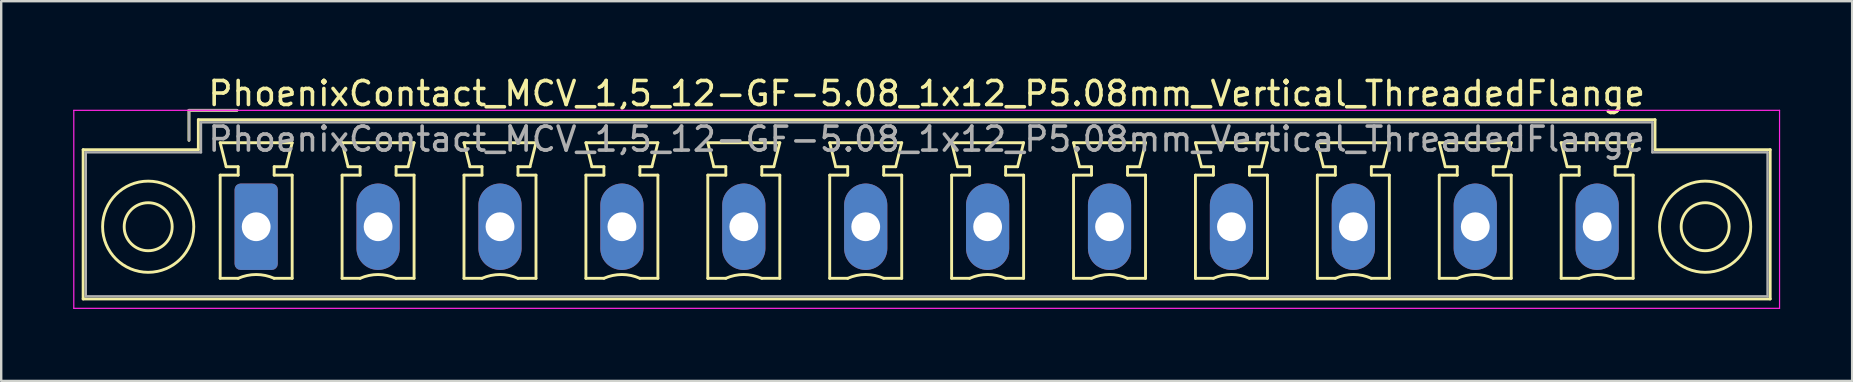
<source format=kicad_pcb>
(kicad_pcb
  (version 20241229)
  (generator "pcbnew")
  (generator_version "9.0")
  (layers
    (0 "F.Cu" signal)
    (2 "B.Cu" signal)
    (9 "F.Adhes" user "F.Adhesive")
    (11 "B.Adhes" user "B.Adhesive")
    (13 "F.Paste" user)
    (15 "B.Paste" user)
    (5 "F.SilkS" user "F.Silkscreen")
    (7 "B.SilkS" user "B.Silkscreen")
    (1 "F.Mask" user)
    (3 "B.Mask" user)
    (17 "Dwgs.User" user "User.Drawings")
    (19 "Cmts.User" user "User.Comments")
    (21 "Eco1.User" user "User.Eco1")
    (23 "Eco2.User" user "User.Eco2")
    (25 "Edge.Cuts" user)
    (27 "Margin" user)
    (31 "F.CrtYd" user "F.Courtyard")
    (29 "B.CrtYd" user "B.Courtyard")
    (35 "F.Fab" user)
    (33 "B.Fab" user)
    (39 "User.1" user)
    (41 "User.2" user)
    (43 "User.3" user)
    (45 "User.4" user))
  (footprint "PhoenixContact_MCV_1,5_12-GF-5.08_1x12_P5.08mm_Vertical_ThreadedFlange"
    (layer "F.Cu")
    (at 7.625 6.398)
    (property "Reference" "PhoenixContact_MCV_1,5_12-GF-5.08_1x12_P5.08mm_Vertical_ThreadedFlange" (at 27.94 -5.55 0) (layer "F.SilkS") (effects (font (size 1 1) (thickness 0.15))))
    (attr through_hole)
    (fp_line (start -7.21 -3.21) (end -7.21 3.01) (stroke (width 0.12) (type solid)) (layer "F.SilkS"))
    (fp_line (start -7.21 3.01) (end 63.09 3.01) (stroke (width 0.12) (type solid)) (layer "F.SilkS"))
    (fp_line (start -2.8 -4.85) (end -0.8 -4.85) (stroke (width 0.12) (type solid)) (layer "F.SilkS"))
    (fp_line (start -2.8 -3.6) (end -2.8 -4.85) (stroke (width 0.12) (type solid)) (layer "F.SilkS"))
    (fp_line (start -2.41 -4.46) (end -2.41 -3.21) (stroke (width 0.12) (type solid)) (layer "F.SilkS"))
    (fp_line (start -2.41 -3.21) (end -7.21 -3.21) (stroke (width 0.12) (type solid)) (layer "F.SilkS"))
    (fp_line (start -1.5 -3.5) (end 1.5 -3.5) (stroke (width 0.12) (type solid)) (layer "F.SilkS"))
    (fp_line (start -1.5 -2.15) (end -0.75 -2.15) (stroke (width 0.12) (type solid)) (layer "F.SilkS"))
    (fp_line (start -1.5 2.15) (end -1.5 -2.15) (stroke (width 0.12) (type solid)) (layer "F.SilkS"))
    (fp_line (start -1.25 -2.5) (end -1.5 -3.5) (stroke (width 0.12) (type solid)) (layer "F.SilkS"))
    (fp_line (start -0.75 -2.5) (end -1.25 -2.5) (stroke (width 0.12) (type solid)) (layer "F.SilkS"))
    (fp_line (start -0.75 -2.15) (end -0.75 -2.5) (stroke (width 0.12) (type solid)) (layer "F.SilkS"))
    (fp_line (start -0.75 2.15) (end -1.5 2.15) (stroke (width 0.12) (type solid)) (layer "F.SilkS"))
    (fp_line (start 0.75 -2.5) (end 0.75 -2.15) (stroke (width 0.12) (type solid)) (layer "F.SilkS"))
    (fp_line (start 0.75 -2.15) (end 1.5 -2.15) (stroke (width 0.12) (type solid)) (layer "F.SilkS"))
    (fp_line (start 1.25 -2.5) (end 0.75 -2.5) (stroke (width 0.12) (type solid)) (layer "F.SilkS"))
    (fp_line (start 1.5 -3.5) (end 1.25 -2.5) (stroke (width 0.12) (type solid)) (layer "F.SilkS"))
    (fp_line (start 1.5 -2.15) (end 1.5 2.15) (stroke (width 0.12) (type solid)) (layer "F.SilkS"))
    (fp_line (start 1.5 2.15) (end 0.75 2.15) (stroke (width 0.12) (type solid)) (layer "F.SilkS"))
    (fp_line (start 3.58 -3.5) (end 6.58 -3.5) (stroke (width 0.12) (type solid)) (layer "F.SilkS"))
    (fp_line (start 3.58 -2.15) (end 4.33 -2.15) (stroke (width 0.12) (type solid)) (layer "F.SilkS"))
    (fp_line (start 3.58 2.15) (end 3.58 -2.15) (stroke (width 0.12) (type solid)) (layer "F.SilkS"))
    (fp_line (start 3.83 -2.5) (end 3.58 -3.5) (stroke (width 0.12) (type solid)) (layer "F.SilkS"))
    (fp_line (start 4.33 -2.5) (end 3.83 -2.5) (stroke (width 0.12) (type solid)) (layer "F.SilkS"))
    (fp_line (start 4.33 -2.15) (end 4.33 -2.5) (stroke (width 0.12) (type solid)) (layer "F.SilkS"))
    (fp_line (start 4.33 2.15) (end 3.58 2.15) (stroke (width 0.12) (type solid)) (layer "F.SilkS"))
    (fp_line (start 5.83 -2.5) (end 5.83 -2.15) (stroke (width 0.12) (type solid)) (layer "F.SilkS"))
    (fp_line (start 5.83 -2.15) (end 6.58 -2.15) (stroke (width 0.12) (type solid)) (layer "F.SilkS"))
    (fp_line (start 6.33 -2.5) (end 5.83 -2.5) (stroke (width 0.12) (type solid)) (layer "F.SilkS"))
    (fp_line (start 6.58 -3.5) (end 6.33 -2.5) (stroke (width 0.12) (type solid)) (layer "F.SilkS"))
    (fp_line (start 6.58 -2.15) (end 6.58 2.15) (stroke (width 0.12) (type solid)) (layer "F.SilkS"))
    (fp_line (start 6.58 2.15) (end 5.83 2.15) (stroke (width 0.12) (type solid)) (layer "F.SilkS"))
    (fp_line (start 8.66 -3.5) (end 11.66 -3.5) (stroke (width 0.12) (type solid)) (layer "F.SilkS"))
    (fp_line (start 8.66 -2.15) (end 9.41 -2.15) (stroke (width 0.12) (type solid)) (layer "F.SilkS"))
    (fp_line (start 8.66 2.15) (end 8.66 -2.15) (stroke (width 0.12) (type solid)) (layer "F.SilkS"))
    (fp_line (start 8.91 -2.5) (end 8.66 -3.5) (stroke (width 0.12) (type solid)) (layer "F.SilkS"))
    (fp_line (start 9.41 -2.5) (end 8.91 -2.5) (stroke (width 0.12) (type solid)) (layer "F.SilkS"))
    (fp_line (start 9.41 -2.15) (end 9.41 -2.5) (stroke (width 0.12) (type solid)) (layer "F.SilkS"))
    (fp_line (start 9.41 2.15) (end 8.66 2.15) (stroke (width 0.12) (type solid)) (layer "F.SilkS"))
    (fp_line (start 10.91 -2.5) (end 10.91 -2.15) (stroke (width 0.12) (type solid)) (layer "F.SilkS"))
    (fp_line (start 10.91 -2.15) (end 11.66 -2.15) (stroke (width 0.12) (type solid)) (layer "F.SilkS"))
    (fp_line (start 11.41 -2.5) (end 10.91 -2.5) (stroke (width 0.12) (type solid)) (layer "F.SilkS"))
    (fp_line (start 11.66 -3.5) (end 11.41 -2.5) (stroke (width 0.12) (type solid)) (layer "F.SilkS"))
    (fp_line (start 11.66 -2.15) (end 11.66 2.15) (stroke (width 0.12) (type solid)) (layer "F.SilkS"))
    (fp_line (start 11.66 2.15) (end 10.91 2.15) (stroke (width 0.12) (type solid)) (layer "F.SilkS"))
    (fp_line (start 13.74 -3.5) (end 16.74 -3.5) (stroke (width 0.12) (type solid)) (layer "F.SilkS"))
    (fp_line (start 13.74 -2.15) (end 14.49 -2.15) (stroke (width 0.12) (type solid)) (layer "F.SilkS"))
    (fp_line (start 13.74 2.15) (end 13.74 -2.15) (stroke (width 0.12) (type solid)) (layer "F.SilkS"))
    (fp_line (start 13.99 -2.5) (end 13.74 -3.5) (stroke (width 0.12) (type solid)) (layer "F.SilkS"))
    (fp_line (start 14.49 -2.5) (end 13.99 -2.5) (stroke (width 0.12) (type solid)) (layer "F.SilkS"))
    (fp_line (start 14.49 -2.15) (end 14.49 -2.5) (stroke (width 0.12) (type solid)) (layer "F.SilkS"))
    (fp_line (start 14.49 2.15) (end 13.74 2.15) (stroke (width 0.12) (type solid)) (layer "F.SilkS"))
    (fp_line (start 15.99 -2.5) (end 15.99 -2.15) (stroke (width 0.12) (type solid)) (layer "F.SilkS"))
    (fp_line (start 15.99 -2.15) (end 16.74 -2.15) (stroke (width 0.12) (type solid)) (layer "F.SilkS"))
    (fp_line (start 16.49 -2.5) (end 15.99 -2.5) (stroke (width 0.12) (type solid)) (layer "F.SilkS"))
    (fp_line (start 16.74 -3.5) (end 16.49 -2.5) (stroke (width 0.12) (type solid)) (layer "F.SilkS"))
    (fp_line (start 16.74 -2.15) (end 16.74 2.15) (stroke (width 0.12) (type solid)) (layer "F.SilkS"))
    (fp_line (start 16.74 2.15) (end 15.99 2.15) (stroke (width 0.12) (type solid)) (layer "F.SilkS"))
    (fp_line (start 18.82 -3.5) (end 21.82 -3.5) (stroke (width 0.12) (type solid)) (layer "F.SilkS"))
    (fp_line (start 18.82 -2.15) (end 19.57 -2.15) (stroke (width 0.12) (type solid)) (layer "F.SilkS"))
    (fp_line (start 18.82 2.15) (end 18.82 -2.15) (stroke (width 0.12) (type solid)) (layer "F.SilkS"))
    (fp_line (start 19.07 -2.5) (end 18.82 -3.5) (stroke (width 0.12) (type solid)) (layer "F.SilkS"))
    (fp_line (start 19.57 -2.5) (end 19.07 -2.5) (stroke (width 0.12) (type solid)) (layer "F.SilkS"))
    (fp_line (start 19.57 -2.15) (end 19.57 -2.5) (stroke (width 0.12) (type solid)) (layer "F.SilkS"))
    (fp_line (start 19.57 2.15) (end 18.82 2.15) (stroke (width 0.12) (type solid)) (layer "F.SilkS"))
    (fp_line (start 21.07 -2.5) (end 21.07 -2.15) (stroke (width 0.12) (type solid)) (layer "F.SilkS"))
    (fp_line (start 21.07 -2.15) (end 21.82 -2.15) (stroke (width 0.12) (type solid)) (layer "F.SilkS"))
    (fp_line (start 21.57 -2.5) (end 21.07 -2.5) (stroke (width 0.12) (type solid)) (layer "F.SilkS"))
    (fp_line (start 21.82 -3.5) (end 21.57 -2.5) (stroke (width 0.12) (type solid)) (layer "F.SilkS"))
    (fp_line (start 21.82 -2.15) (end 21.82 2.15) (stroke (width 0.12) (type solid)) (layer "F.SilkS"))
    (fp_line (start 21.82 2.15) (end 21.07 2.15) (stroke (width 0.12) (type solid)) (layer "F.SilkS"))
    (fp_line (start 23.9 -3.5) (end 26.9 -3.5) (stroke (width 0.12) (type solid)) (layer "F.SilkS"))
    (fp_line (start 23.9 -2.15) (end 24.65 -2.15) (stroke (width 0.12) (type solid)) (layer "F.SilkS"))
    (fp_line (start 23.9 2.15) (end 23.9 -2.15) (stroke (width 0.12) (type solid)) (layer "F.SilkS"))
    (fp_line (start 24.15 -2.5) (end 23.9 -3.5) (stroke (width 0.12) (type solid)) (layer "F.SilkS"))
    (fp_line (start 24.65 -2.5) (end 24.15 -2.5) (stroke (width 0.12) (type solid)) (layer "F.SilkS"))
    (fp_line (start 24.65 -2.15) (end 24.65 -2.5) (stroke (width 0.12) (type solid)) (layer "F.SilkS"))
    (fp_line (start 24.65 2.15) (end 23.9 2.15) (stroke (width 0.12) (type solid)) (layer "F.SilkS"))
    (fp_line (start 26.15 -2.5) (end 26.15 -2.15) (stroke (width 0.12) (type solid)) (layer "F.SilkS"))
    (fp_line (start 26.15 -2.15) (end 26.9 -2.15) (stroke (width 0.12) (type solid)) (layer "F.SilkS"))
    (fp_line (start 26.65 -2.5) (end 26.15 -2.5) (stroke (width 0.12) (type solid)) (layer "F.SilkS"))
    (fp_line (start 26.9 -3.5) (end 26.65 -2.5) (stroke (width 0.12) (type solid)) (layer "F.SilkS"))
    (fp_line (start 26.9 -2.15) (end 26.9 2.15) (stroke (width 0.12) (type solid)) (layer "F.SilkS"))
    (fp_line (start 26.9 2.15) (end 26.15 2.15) (stroke (width 0.12) (type solid)) (layer "F.SilkS"))
    (fp_line (start 28.98 -3.5) (end 31.98 -3.5) (stroke (width 0.12) (type solid)) (layer "F.SilkS"))
    (fp_line (start 28.98 -2.15) (end 29.73 -2.15) (stroke (width 0.12) (type solid)) (layer "F.SilkS"))
    (fp_line (start 28.98 2.15) (end 28.98 -2.15) (stroke (width 0.12) (type solid)) (layer "F.SilkS"))
    (fp_line (start 29.23 -2.5) (end 28.98 -3.5) (stroke (width 0.12) (type solid)) (layer "F.SilkS"))
    (fp_line (start 29.73 -2.5) (end 29.23 -2.5) (stroke (width 0.12) (type solid)) (layer "F.SilkS"))
    (fp_line (start 29.73 -2.15) (end 29.73 -2.5) (stroke (width 0.12) (type solid)) (layer "F.SilkS"))
    (fp_line (start 29.73 2.15) (end 28.98 2.15) (stroke (width 0.12) (type solid)) (layer "F.SilkS"))
    (fp_line (start 31.23 -2.5) (end 31.23 -2.15) (stroke (width 0.12) (type solid)) (layer "F.SilkS"))
    (fp_line (start 31.23 -2.15) (end 31.98 -2.15) (stroke (width 0.12) (type solid)) (layer "F.SilkS"))
    (fp_line (start 31.73 -2.5) (end 31.23 -2.5) (stroke (width 0.12) (type solid)) (layer "F.SilkS"))
    (fp_line (start 31.98 -3.5) (end 31.73 -2.5) (stroke (width 0.12) (type solid)) (layer "F.SilkS"))
    (fp_line (start 31.98 -2.15) (end 31.98 2.15) (stroke (width 0.12) (type solid)) (layer "F.SilkS"))
    (fp_line (start 31.98 2.15) (end 31.23 2.15) (stroke (width 0.12) (type solid)) (layer "F.SilkS"))
    (fp_line (start 34.06 -3.5) (end 37.06 -3.5) (stroke (width 0.12) (type solid)) (layer "F.SilkS"))
    (fp_line (start 34.06 -2.15) (end 34.81 -2.15) (stroke (width 0.12) (type solid)) (layer "F.SilkS"))
    (fp_line (start 34.06 2.15) (end 34.06 -2.15) (stroke (width 0.12) (type solid)) (layer "F.SilkS"))
    (fp_line (start 34.31 -2.5) (end 34.06 -3.5) (stroke (width 0.12) (type solid)) (layer "F.SilkS"))
    (fp_line (start 34.81 -2.5) (end 34.31 -2.5) (stroke (width 0.12) (type solid)) (layer "F.SilkS"))
    (fp_line (start 34.81 -2.15) (end 34.81 -2.5) (stroke (width 0.12) (type solid)) (layer "F.SilkS"))
    (fp_line (start 34.81 2.15) (end 34.06 2.15) (stroke (width 0.12) (type solid)) (layer "F.SilkS"))
    (fp_line (start 36.31 -2.5) (end 36.31 -2.15) (stroke (width 0.12) (type solid)) (layer "F.SilkS"))
    (fp_line (start 36.31 -2.15) (end 37.06 -2.15) (stroke (width 0.12) (type solid)) (layer "F.SilkS"))
    (fp_line (start 36.81 -2.5) (end 36.31 -2.5) (stroke (width 0.12) (type solid)) (layer "F.SilkS"))
    (fp_line (start 37.06 -3.5) (end 36.81 -2.5) (stroke (width 0.12) (type solid)) (layer "F.SilkS"))
    (fp_line (start 37.06 -2.15) (end 37.06 2.15) (stroke (width 0.12) (type solid)) (layer "F.SilkS"))
    (fp_line (start 37.06 2.15) (end 36.31 2.15) (stroke (width 0.12) (type solid)) (layer "F.SilkS"))
    (fp_line (start 39.14 -3.5) (end 42.14 -3.5) (stroke (width 0.12) (type solid)) (layer "F.SilkS"))
    (fp_line (start 39.14 -2.15) (end 39.89 -2.15) (stroke (width 0.12) (type solid)) (layer "F.SilkS"))
    (fp_line (start 39.14 2.15) (end 39.14 -2.15) (stroke (width 0.12) (type solid)) (layer "F.SilkS"))
    (fp_line (start 39.39 -2.5) (end 39.14 -3.5) (stroke (width 0.12) (type solid)) (layer "F.SilkS"))
    (fp_line (start 39.89 -2.5) (end 39.39 -2.5) (stroke (width 0.12) (type solid)) (layer "F.SilkS"))
    (fp_line (start 39.89 -2.15) (end 39.89 -2.5) (stroke (width 0.12) (type solid)) (layer "F.SilkS"))
    (fp_line (start 39.89 2.15) (end 39.14 2.15) (stroke (width 0.12) (type solid)) (layer "F.SilkS"))
    (fp_line (start 41.39 -2.5) (end 41.39 -2.15) (stroke (width 0.12) (type solid)) (layer "F.SilkS"))
    (fp_line (start 41.39 -2.15) (end 42.14 -2.15) (stroke (width 0.12) (type solid)) (layer "F.SilkS"))
    (fp_line (start 41.89 -2.5) (end 41.39 -2.5) (stroke (width 0.12) (type solid)) (layer "F.SilkS"))
    (fp_line (start 42.14 -3.5) (end 41.89 -2.5) (stroke (width 0.12) (type solid)) (layer "F.SilkS"))
    (fp_line (start 42.14 -2.15) (end 42.14 2.15) (stroke (width 0.12) (type solid)) (layer "F.SilkS"))
    (fp_line (start 42.14 2.15) (end 41.39 2.15) (stroke (width 0.12) (type solid)) (layer "F.SilkS"))
    (fp_line (start 44.22 -3.5) (end 47.22 -3.5) (stroke (width 0.12) (type solid)) (layer "F.SilkS"))
    (fp_line (start 44.22 -2.15) (end 44.97 -2.15) (stroke (width 0.12) (type solid)) (layer "F.SilkS"))
    (fp_line (start 44.22 2.15) (end 44.22 -2.15) (stroke (width 0.12) (type solid)) (layer "F.SilkS"))
    (fp_line (start 44.47 -2.5) (end 44.22 -3.5) (stroke (width 0.12) (type solid)) (layer "F.SilkS"))
    (fp_line (start 44.97 -2.5) (end 44.47 -2.5) (stroke (width 0.12) (type solid)) (layer "F.SilkS"))
    (fp_line (start 44.97 -2.15) (end 44.97 -2.5) (stroke (width 0.12) (type solid)) (layer "F.SilkS"))
    (fp_line (start 44.97 2.15) (end 44.22 2.15) (stroke (width 0.12) (type solid)) (layer "F.SilkS"))
    (fp_line (start 46.47 -2.5) (end 46.47 -2.15) (stroke (width 0.12) (type solid)) (layer "F.SilkS"))
    (fp_line (start 46.47 -2.15) (end 47.22 -2.15) (stroke (width 0.12) (type solid)) (layer "F.SilkS"))
    (fp_line (start 46.97 -2.5) (end 46.47 -2.5) (stroke (width 0.12) (type solid)) (layer "F.SilkS"))
    (fp_line (start 47.22 -3.5) (end 46.97 -2.5) (stroke (width 0.12) (type solid)) (layer "F.SilkS"))
    (fp_line (start 47.22 -2.15) (end 47.22 2.15) (stroke (width 0.12) (type solid)) (layer "F.SilkS"))
    (fp_line (start 47.22 2.15) (end 46.47 2.15) (stroke (width 0.12) (type solid)) (layer "F.SilkS"))
    (fp_line (start 49.3 -3.5) (end 52.3 -3.5) (stroke (width 0.12) (type solid)) (layer "F.SilkS"))
    (fp_line (start 49.3 -2.15) (end 50.05 -2.15) (stroke (width 0.12) (type solid)) (layer "F.SilkS"))
    (fp_line (start 49.3 2.15) (end 49.3 -2.15) (stroke (width 0.12) (type solid)) (layer "F.SilkS"))
    (fp_line (start 49.55 -2.5) (end 49.3 -3.5) (stroke (width 0.12) (type solid)) (layer "F.SilkS"))
    (fp_line (start 50.05 -2.5) (end 49.55 -2.5) (stroke (width 0.12) (type solid)) (layer "F.SilkS"))
    (fp_line (start 50.05 -2.15) (end 50.05 -2.5) (stroke (width 0.12) (type solid)) (layer "F.SilkS"))
    (fp_line (start 50.05 2.15) (end 49.3 2.15) (stroke (width 0.12) (type solid)) (layer "F.SilkS"))
    (fp_line (start 51.55 -2.5) (end 51.55 -2.15) (stroke (width 0.12) (type solid)) (layer "F.SilkS"))
    (fp_line (start 51.55 -2.15) (end 52.3 -2.15) (stroke (width 0.12) (type solid)) (layer "F.SilkS"))
    (fp_line (start 52.05 -2.5) (end 51.55 -2.5) (stroke (width 0.12) (type solid)) (layer "F.SilkS"))
    (fp_line (start 52.3 -3.5) (end 52.05 -2.5) (stroke (width 0.12) (type solid)) (layer "F.SilkS"))
    (fp_line (start 52.3 -2.15) (end 52.3 2.15) (stroke (width 0.12) (type solid)) (layer "F.SilkS"))
    (fp_line (start 52.3 2.15) (end 51.55 2.15) (stroke (width 0.12) (type solid)) (layer "F.SilkS"))
    (fp_line (start 54.38 -3.5) (end 57.38 -3.5) (stroke (width 0.12) (type solid)) (layer "F.SilkS"))
    (fp_line (start 54.38 -2.15) (end 55.13 -2.15) (stroke (width 0.12) (type solid)) (layer "F.SilkS"))
    (fp_line (start 54.38 2.15) (end 54.38 -2.15) (stroke (width 0.12) (type solid)) (layer "F.SilkS"))
    (fp_line (start 54.63 -2.5) (end 54.38 -3.5) (stroke (width 0.12) (type solid)) (layer "F.SilkS"))
    (fp_line (start 55.13 -2.5) (end 54.63 -2.5) (stroke (width 0.12) (type solid)) (layer "F.SilkS"))
    (fp_line (start 55.13 -2.15) (end 55.13 -2.5) (stroke (width 0.12) (type solid)) (layer "F.SilkS"))
    (fp_line (start 55.13 2.15) (end 54.38 2.15) (stroke (width 0.12) (type solid)) (layer "F.SilkS"))
    (fp_line (start 56.63 -2.5) (end 56.63 -2.15) (stroke (width 0.12) (type solid)) (layer "F.SilkS"))
    (fp_line (start 56.63 -2.15) (end 57.38 -2.15) (stroke (width 0.12) (type solid)) (layer "F.SilkS"))
    (fp_line (start 57.13 -2.5) (end 56.63 -2.5) (stroke (width 0.12) (type solid)) (layer "F.SilkS"))
    (fp_line (start 57.38 -3.5) (end 57.13 -2.5) (stroke (width 0.12) (type solid)) (layer "F.SilkS"))
    (fp_line (start 57.38 -2.15) (end 57.38 2.15) (stroke (width 0.12) (type solid)) (layer "F.SilkS"))
    (fp_line (start 57.38 2.15) (end 56.63 2.15) (stroke (width 0.12) (type solid)) (layer "F.SilkS"))
    (fp_line (start 58.29 -4.46) (end -2.41 -4.46) (stroke (width 0.12) (type solid)) (layer "F.SilkS"))
    (fp_line (start 58.29 -3.21) (end 58.29 -4.46) (stroke (width 0.12) (type solid)) (layer "F.SilkS"))
    (fp_line (start 63.09 -3.21) (end 58.29 -3.21) (stroke (width 0.12) (type solid)) (layer "F.SilkS"))
    (fp_line (start 63.09 3.01) (end 63.09 -3.21) (stroke (width 0.12) (type solid)) (layer "F.SilkS"))
    (fp_arc (start -0.75 2.15) (mid -0.000193 1.99191) (end 0.749647 2.149844) (stroke (width 0.12) (type solid)) (layer "F.SilkS"))
    (fp_arc (start 4.33 2.15) (mid 5.079807 1.99191) (end 5.829647 2.149844) (stroke (width 0.12) (type solid)) (layer "F.SilkS"))
    (fp_arc (start 9.41 2.15) (mid 10.159807 1.99191) (end 10.909647 2.149844) (stroke (width 0.12) (type solid)) (layer "F.SilkS"))
    (fp_arc (start 14.49 2.15) (mid 15.239807 1.99191) (end 15.989647 2.149844) (stroke (width 0.12) (type solid)) (layer "F.SilkS"))
    (fp_arc (start 19.57 2.15) (mid 20.319807 1.99191) (end 21.069647 2.149844) (stroke (width 0.12) (type solid)) (layer "F.SilkS"))
    (fp_arc (start 24.65 2.15) (mid 25.399807 1.99191) (end 26.149647 2.149844) (stroke (width 0.12) (type solid)) (layer "F.SilkS"))
    (fp_arc (start 29.73 2.15) (mid 30.479807 1.99191) (end 31.229647 2.149844) (stroke (width 0.12) (type solid)) (layer "F.SilkS"))
    (fp_arc (start 34.81 2.15) (mid 35.559807 1.99191) (end 36.309647 2.149844) (stroke (width 0.12) (type solid)) (layer "F.SilkS"))
    (fp_arc (start 39.89 2.15) (mid 40.639807 1.99191) (end 41.389647 2.149844) (stroke (width 0.12) (type solid)) (layer "F.SilkS"))
    (fp_arc (start 44.97 2.15) (mid 45.719807 1.99191) (end 46.469647 2.149844) (stroke (width 0.12) (type solid)) (layer "F.SilkS"))
    (fp_arc (start 50.05 2.15) (mid 50.799807 1.99191) (end 51.549647 2.149844) (stroke (width 0.12) (type solid)) (layer "F.SilkS"))
    (fp_arc (start 55.13 2.15) (mid 55.879807 1.99191) (end 56.629647 2.149844) (stroke (width 0.12) (type solid)) (layer "F.SilkS"))
    (fp_circle (center -4.5 0) (end -3.5 0) (stroke (width 0.12) (type solid)) (fill no) (layer "F.SilkS"))
    (fp_circle (center -4.5 0) (end -2.6 0) (stroke (width 0.12) (type solid)) (fill no) (layer "F.SilkS"))
    (fp_circle (center 60.38 0) (end 61.38 0) (stroke (width 0.12) (type solid)) (fill no) (layer "F.SilkS"))
    (fp_circle (center 60.38 0) (end 62.28 0) (stroke (width 0.12) (type solid)) (fill no) (layer "F.SilkS"))
    (fp_line (start -7.6 -4.85) (end -7.6 3.4) (stroke (width 0.05) (type solid)) (layer "F.CrtYd"))
    (fp_line (start -7.6 3.4) (end 63.48 3.4) (stroke (width 0.05) (type solid)) (layer "F.CrtYd"))
    (fp_line (start 63.48 -4.85) (end -7.6 -4.85) (stroke (width 0.05) (type solid)) (layer "F.CrtYd"))
    (fp_line (start 63.48 3.4) (end 63.48 -4.85) (stroke (width 0.05) (type solid)) (layer "F.CrtYd"))
    (fp_line (start -7.1 -3.1) (end -7.1 2.9) (stroke (width 0.1) (type solid)) (layer "F.Fab"))
    (fp_line (start -7.1 2.9) (end 62.98 2.9) (stroke (width 0.1) (type solid)) (layer "F.Fab"))
    (fp_line (start -2.8 -4.85) (end -0.8 -4.85) (stroke (width 0.1) (type solid)) (layer "F.Fab"))
    (fp_line (start -2.8 -3.6) (end -2.8 -4.85) (stroke (width 0.1) (type solid)) (layer "F.Fab"))
    (fp_line (start -2.3 -4.35) (end -2.3 -3.1) (stroke (width 0.1) (type solid)) (layer "F.Fab"))
    (fp_line (start -2.3 -3.1) (end -7.1 -3.1) (stroke (width 0.1) (type solid)) (layer "F.Fab"))
    (fp_line (start 58.18 -4.35) (end -2.3 -4.35) (stroke (width 0.1) (type solid)) (layer "F.Fab"))
    (fp_line (start 58.18 -3.1) (end 58.18 -4.35) (stroke (width 0.1) (type solid)) (layer "F.Fab"))
    (fp_line (start 62.98 -3.1) (end 58.18 -3.1) (stroke (width 0.1) (type solid)) (layer "F.Fab"))
    (fp_line (start 62.98 2.9) (end 62.98 -3.1) (stroke (width 0.1) (type solid)) (layer "F.Fab"))
    (fp_text user "${REFERENCE}" (at 27.94 -3.65 0) (layer "F.Fab") (effects (font (size 1 1) (thickness 0.15))))
    (pad "1" thru_hole roundrect (at 0 0) (size 1.8 3.6) (drill 1.2) (layers "*.Cu" "*.Mask") (roundrect_rratio 0.139))
    (pad "2" thru_hole oval (at 5.08 0) (size 1.8 3.6) (drill 1.2) (layers "*.Cu" "*.Mask"))
    (pad "3" thru_hole oval (at 10.16 0) (size 1.8 3.6) (drill 1.2) (layers "*.Cu" "*.Mask"))
    (pad "4" thru_hole oval (at 15.24 0) (size 1.8 3.6) (drill 1.2) (layers "*.Cu" "*.Mask"))
    (pad "5" thru_hole oval (at 20.32 0) (size 1.8 3.6) (drill 1.2) (layers "*.Cu" "*.Mask"))
    (pad "6" thru_hole oval (at 25.4 0) (size 1.8 3.6) (drill 1.2) (layers "*.Cu" "*.Mask"))
    (pad "7" thru_hole oval (at 30.48 0) (size 1.8 3.6) (drill 1.2) (layers "*.Cu" "*.Mask"))
    (pad "8" thru_hole oval (at 35.56 0) (size 1.8 3.6) (drill 1.2) (layers "*.Cu" "*.Mask"))
    (pad "9" thru_hole oval (at 40.64 0) (size 1.8 3.6) (drill 1.2) (layers "*.Cu" "*.Mask"))
    (pad "10" thru_hole oval (at 45.72 0) (size 1.8 3.6) (drill 1.2) (layers "*.Cu" "*.Mask"))
    (pad "11" thru_hole oval (at 50.8 0) (size 1.8 3.6) (drill 1.2) (layers "*.Cu" "*.Mask"))
    (pad "12" thru_hole oval (at 55.88 0) (size 1.8 3.6) (drill 1.2) (layers "*.Cu" "*.Mask")))
  (gr_rect
    (start -3 -3)
    (end 74.13 12.823)
    (stroke (width 0.1) (type default))
    (fill no)
    (layer "Edge.Cuts")))
</source>
